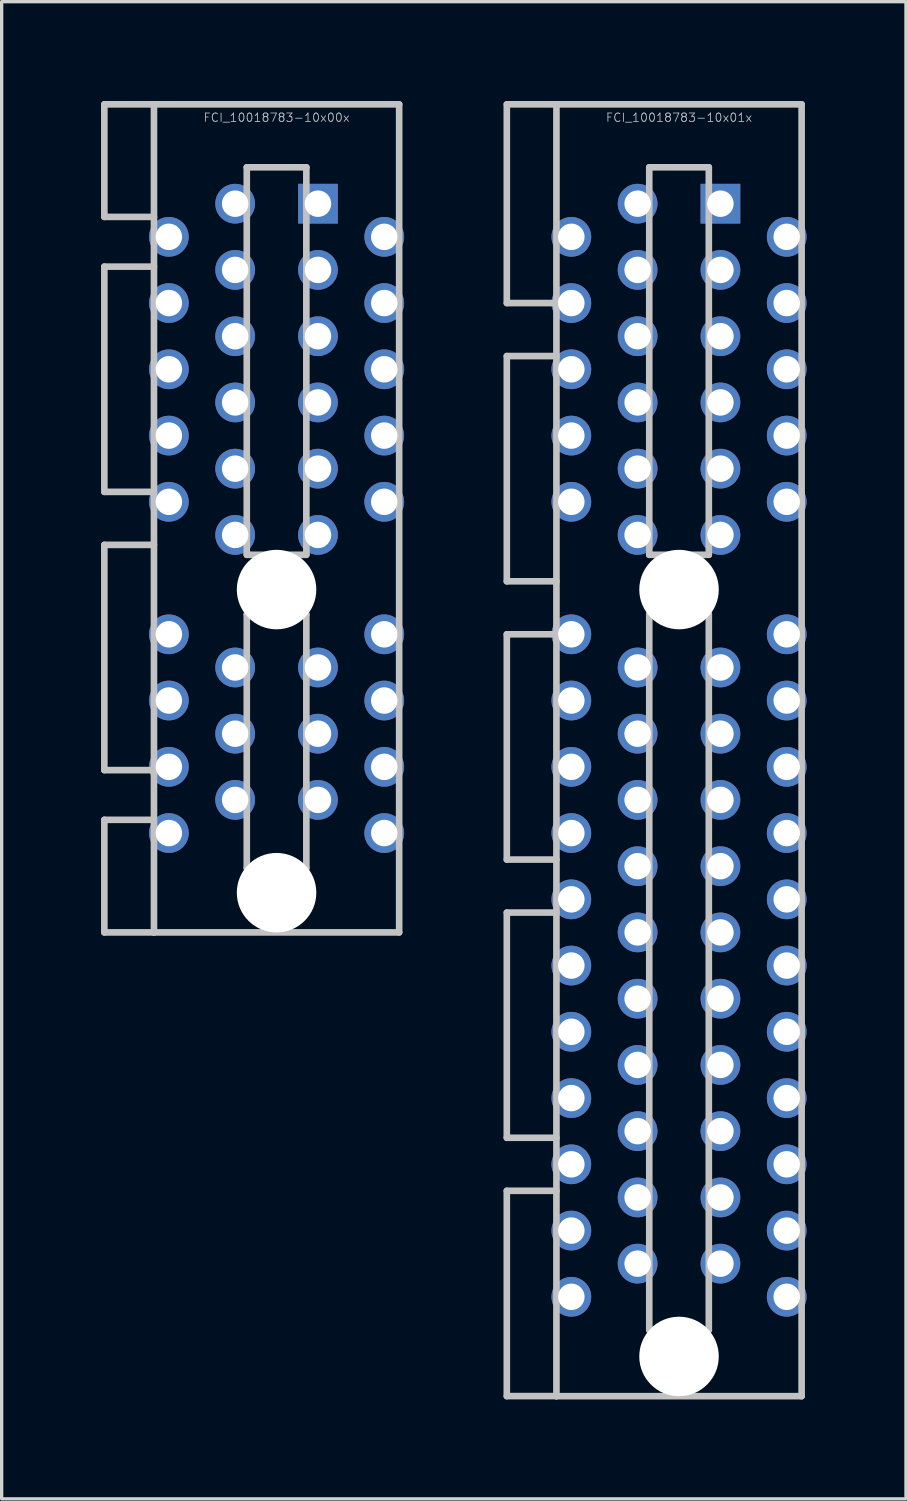
<source format=kicad_pcb>
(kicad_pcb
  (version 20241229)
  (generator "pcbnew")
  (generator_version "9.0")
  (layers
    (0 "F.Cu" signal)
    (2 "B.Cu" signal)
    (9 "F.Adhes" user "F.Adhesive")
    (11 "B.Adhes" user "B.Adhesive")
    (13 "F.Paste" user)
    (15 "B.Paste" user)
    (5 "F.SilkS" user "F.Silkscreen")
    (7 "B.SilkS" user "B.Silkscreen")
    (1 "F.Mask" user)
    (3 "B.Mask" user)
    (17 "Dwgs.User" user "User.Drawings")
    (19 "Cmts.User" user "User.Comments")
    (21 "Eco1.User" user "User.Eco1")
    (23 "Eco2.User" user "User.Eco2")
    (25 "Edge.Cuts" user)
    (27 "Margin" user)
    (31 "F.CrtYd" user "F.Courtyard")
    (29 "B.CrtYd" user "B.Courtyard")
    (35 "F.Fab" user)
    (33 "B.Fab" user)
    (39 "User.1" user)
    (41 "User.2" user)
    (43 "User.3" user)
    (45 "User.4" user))
  (footprint "FCI_10018783-10x00x"
    (layer "F.Cu")
    (at 5.299 12.599)
    (property "Reference" "FCI_10018783-10x00x" (at 0 -12.1 180) (layer "Dwgs.User") (effects (font (size 0.254 0.254) (thickness 0.025))))
    (attr through_hole)
    (fp_line (start -5.199 -12.499) (end -5.199 -9.101) (stroke (width 0.2) (type solid)) (layer "Dwgs.User"))
    (fp_line (start -5.199 -9.101) (end -3.701 -9.101) (stroke (width 0.2) (type solid)) (layer "Dwgs.User"))
    (fp_line (start -5.199 -7.6) (end -5.199 -0.8) (stroke (width 0.2) (type solid)) (layer "Dwgs.User"))
    (fp_line (start -5.199 -0.8) (end -3.701 -0.8) (stroke (width 0.2) (type solid)) (layer "Dwgs.User"))
    (fp_line (start -5.199 0.8) (end -5.199 7.6) (stroke (width 0.2) (type solid)) (layer "Dwgs.User"))
    (fp_line (start -5.199 7.6) (end -3.701 7.6) (stroke (width 0.2) (type solid)) (layer "Dwgs.User"))
    (fp_line (start -5.199 9.101) (end -5.199 12.499) (stroke (width 0.2) (type solid)) (layer "Dwgs.User"))
    (fp_line (start -5.199 12.499) (end -3.701 12.499) (stroke (width 0.2) (type solid)) (layer "Dwgs.User"))
    (fp_line (start -3.701 -12.499) (end -5.199 -12.499) (stroke (width 0.2) (type solid)) (layer "Dwgs.User"))
    (fp_line (start -3.701 -12.499) (end -3.701 12.499) (stroke (width 0.2) (type solid)) (layer "Dwgs.User"))
    (fp_line (start -3.701 -7.6) (end -5.199 -7.6) (stroke (width 0.2) (type solid)) (layer "Dwgs.User"))
    (fp_line (start -3.701 0.8) (end -5.199 0.8) (stroke (width 0.2) (type solid)) (layer "Dwgs.User"))
    (fp_line (start -3.701 9.101) (end -5.199 9.101) (stroke (width 0.2) (type solid)) (layer "Dwgs.User"))
    (fp_line (start -3.701 12.499) (end 3.701 12.499) (stroke (width 0.2) (type solid)) (layer "Dwgs.User"))
    (fp_line (start -0.899 1.1) (end -0.899 -10.599) (stroke (width 0.2) (type solid)) (layer "Dwgs.User"))
    (fp_line (start -0.899 1.1) (end 0.899 1.1) (stroke (width 0.2) (type solid)) (layer "Dwgs.User"))
    (fp_line (start -0.899 2.901) (end 0.899 2.901) (stroke (width 0.2) (type solid)) (layer "Dwgs.User"))
    (fp_line (start -0.899 10.551) (end -0.899 2.901) (stroke (width 0.2) (type solid)) (layer "Dwgs.User"))
    (fp_line (start 0.899 -10.599) (end -0.899 -10.599) (stroke (width 0.2) (type solid)) (layer "Dwgs.User"))
    (fp_line (start 0.899 1.1) (end 0.899 -10.599) (stroke (width 0.2) (type solid)) (layer "Dwgs.User"))
    (fp_line (start 0.899 2.901) (end 0.899 10.551) (stroke (width 0.2) (type solid)) (layer "Dwgs.User"))
    (fp_line (start 0.899 10.551) (end -0.899 10.551) (stroke (width 0.2) (type solid)) (layer "Dwgs.User"))
    (fp_line (start 3.701 -12.499) (end -3.701 -12.499) (stroke (width 0.2) (type solid)) (layer "Dwgs.User"))
    (fp_line (start 3.701 12.499) (end 3.701 -12.499) (stroke (width 0.2) (type solid)) (layer "Dwgs.User"))
    (pad "" np_thru_hole circle (at 0 2.149 270) (size 2.4 2.4) (drill 2.4) (layers "*.Cu" "*.Mask"))
    (pad "" np_thru_hole circle (at 0 11.3 270) (size 2.4 2.4) (drill 2.4) (layers "*.Cu" "*.Mask"))
    (pad "A1" thru_hole rect (at 1.25 -9.5) (size 1.199 1.199) (drill 0.8) (layers "*.Cu" "*.Mask"))
    (pad "A2" thru_hole circle (at 3.251 -8.499 270) (size 1.199 1.199) (drill 0.8) (layers "*.Cu" "*.Mask"))
    (pad "A3" thru_hole circle (at 1.25 -7.501 270) (size 1.199 1.199) (drill 0.8) (layers "*.Cu" "*.Mask"))
    (pad "A4" thru_hole circle (at 3.251 -6.5 270) (size 1.199 1.199) (drill 0.8) (layers "*.Cu" "*.Mask"))
    (pad "A5" thru_hole circle (at 1.25 -5.499 270) (size 1.199 1.199) (drill 0.8) (layers "*.Cu" "*.Mask"))
    (pad "A6" thru_hole circle (at 3.251 -4.501 270) (size 1.199 1.199) (drill 0.8) (layers "*.Cu" "*.Mask"))
    (pad "A7" thru_hole circle (at 1.25 -3.5 270) (size 1.199 1.199) (drill 0.8) (layers "*.Cu" "*.Mask"))
    (pad "A8" thru_hole circle (at 3.251 -2.499 270) (size 1.199 1.199) (drill 0.8) (layers "*.Cu" "*.Mask"))
    (pad "A9" thru_hole circle (at 1.25 -1.501 270) (size 1.199 1.199) (drill 0.8) (layers "*.Cu" "*.Mask"))
    (pad "A10" thru_hole circle (at 3.251 -0.5 270) (size 1.199 1.199) (drill 0.8) (layers "*.Cu" "*.Mask"))
    (pad "A11" thru_hole circle (at 1.25 0.5 270) (size 1.199 1.199) (drill 0.8) (layers "*.Cu" "*.Mask"))
    (pad "A12" thru_hole circle (at 3.251 3.5 270) (size 1.199 1.199) (drill 0.8) (layers "*.Cu" "*.Mask"))
    (pad "A13" thru_hole circle (at 1.25 4.501 270) (size 1.199 1.199) (drill 0.8) (layers "*.Cu" "*.Mask"))
    (pad "A14" thru_hole circle (at 3.251 5.499 270) (size 1.199 1.199) (drill 0.8) (layers "*.Cu" "*.Mask"))
    (pad "A15" thru_hole circle (at 1.25 6.5 270) (size 1.199 1.199) (drill 0.8) (layers "*.Cu" "*.Mask"))
    (pad "A16" thru_hole circle (at 3.251 7.501 270) (size 1.199 1.199) (drill 0.8) (layers "*.Cu" "*.Mask"))
    (pad "A17" thru_hole circle (at 1.25 8.499 270) (size 1.199 1.199) (drill 0.8) (layers "*.Cu" "*.Mask"))
    (pad "A18" thru_hole circle (at 3.251 9.5 270) (size 1.199 1.199) (drill 0.8) (layers "*.Cu" "*.Mask"))
    (pad "B1" thru_hole circle (at -1.25 -9.5 270) (size 1.199 1.199) (drill 0.8) (layers "*.Cu" "*.Mask"))
    (pad "B2" thru_hole circle (at -3.251 -8.499 270) (size 1.199 1.199) (drill 0.8) (layers "*.Cu" "*.Mask"))
    (pad "B3" thru_hole circle (at -1.25 -7.501 270) (size 1.199 1.199) (drill 0.8) (layers "*.Cu" "*.Mask"))
    (pad "B4" thru_hole circle (at -3.251 -6.5 270) (size 1.199 1.199) (drill 0.8) (layers "*.Cu" "*.Mask"))
    (pad "B5" thru_hole circle (at -1.25 -5.499 270) (size 1.199 1.199) (drill 0.8) (layers "*.Cu" "*.Mask"))
    (pad "B6" thru_hole circle (at -3.251 -4.501 270) (size 1.199 1.199) (drill 0.8) (layers "*.Cu" "*.Mask"))
    (pad "B7" thru_hole circle (at -1.25 -3.5 270) (size 1.199 1.199) (drill 0.8) (layers "*.Cu" "*.Mask"))
    (pad "B8" thru_hole circle (at -3.251 -2.499 270) (size 1.199 1.199) (drill 0.8) (layers "*.Cu" "*.Mask"))
    (pad "B9" thru_hole circle (at -1.25 -1.501 270) (size 1.199 1.199) (drill 0.8) (layers "*.Cu" "*.Mask"))
    (pad "B10" thru_hole circle (at -3.251 -0.5 270) (size 1.199 1.199) (drill 0.8) (layers "*.Cu" "*.Mask"))
    (pad "B11" thru_hole circle (at -1.25 0.5 270) (size 1.199 1.199) (drill 0.8) (layers "*.Cu" "*.Mask"))
    (pad "B12" thru_hole circle (at -3.251 3.5 270) (size 1.199 1.199) (drill 0.8) (layers "*.Cu" "*.Mask"))
    (pad "B13" thru_hole circle (at -1.25 4.501 270) (size 1.199 1.199) (drill 0.8) (layers "*.Cu" "*.Mask"))
    (pad "B14" thru_hole circle (at -3.251 5.499 270) (size 1.199 1.199) (drill 0.8) (layers "*.Cu" "*.Mask"))
    (pad "B15" thru_hole circle (at -1.25 6.5 270) (size 1.199 1.199) (drill 0.8) (layers "*.Cu" "*.Mask"))
    (pad "B16" thru_hole circle (at -3.251 7.501 270) (size 1.199 1.199) (drill 0.8) (layers "*.Cu" "*.Mask"))
    (pad "B17" thru_hole circle (at -1.25 8.499 270) (size 1.199 1.199) (drill 0.8) (layers "*.Cu" "*.Mask"))
    (pad "B18" thru_hole circle (at -3.251 9.5 270) (size 1.199 1.199) (drill 0.8) (layers "*.Cu" "*.Mask")))
  (footprint "FCI_10018783-10x01x"
    (layer "F.Cu")
    (at 17.449 12.599)
    (property "Reference" "FCI_10018783-10x01x" (at 0 -12.1 180) (layer "Dwgs.User") (effects (font (size 0.254 0.254) (thickness 0.025))))
    (attr through_hole)
    (fp_line (start -5.199 -6.5) (end -5.199 -12.499) (stroke (width 0.2) (type solid)) (layer "Dwgs.User"))
    (fp_line (start -5.199 -6.5) (end -3.701 -6.5) (stroke (width 0.2) (type solid)) (layer "Dwgs.User"))
    (fp_line (start -5.199 -4.9) (end -5.199 1.9) (stroke (width 0.2) (type solid)) (layer "Dwgs.User"))
    (fp_line (start -5.199 1.9) (end -3.701 1.9) (stroke (width 0.2) (type solid)) (layer "Dwgs.User"))
    (fp_line (start -5.199 3.5) (end -5.199 10.3) (stroke (width 0.2) (type solid)) (layer "Dwgs.User"))
    (fp_line (start -5.199 10.3) (end -3.701 10.3) (stroke (width 0.2) (type solid)) (layer "Dwgs.User"))
    (fp_line (start -5.199 11.9) (end -3.701 11.9) (stroke (width 0.2) (type solid)) (layer "Dwgs.User"))
    (fp_line (start -5.199 11.902) (end -5.199 18.702) (stroke (width 0.2) (type solid)) (layer "Dwgs.User"))
    (fp_line (start -5.199 18.699) (end -3.701 18.699) (stroke (width 0.2) (type solid)) (layer "Dwgs.User"))
    (fp_line (start -5.199 20.3) (end -3.701 20.3) (stroke (width 0.2) (type solid)) (layer "Dwgs.User"))
    (fp_line (start -5.199 26.497) (end -3.701 26.497) (stroke (width 0.2) (type solid)) (layer "Dwgs.User"))
    (fp_line (start -5.199 26.5) (end -5.199 20.3) (stroke (width 0.2) (type solid)) (layer "Dwgs.User"))
    (fp_line (start -3.701 -12.499) (end -5.199 -12.499) (stroke (width 0.2) (type solid)) (layer "Dwgs.User"))
    (fp_line (start -3.701 -4.9) (end -5.199 -4.9) (stroke (width 0.2) (type solid)) (layer "Dwgs.User"))
    (fp_line (start -3.701 3.5) (end -5.199 3.5) (stroke (width 0.2) (type solid)) (layer "Dwgs.User"))
    (fp_line (start -3.701 26.5) (end -3.701 -12.499) (stroke (width 0.2) (type solid)) (layer "Dwgs.User"))
    (fp_line (start -3.701 26.5) (end 3.701 26.5) (stroke (width 0.2) (type solid)) (layer "Dwgs.User"))
    (fp_line (start -0.899 1.1) (end -0.899 -10.599) (stroke (width 0.2) (type solid)) (layer "Dwgs.User"))
    (fp_line (start -0.899 1.1) (end 0.899 1.1) (stroke (width 0.2) (type solid)) (layer "Dwgs.User"))
    (fp_line (start -0.899 2.901) (end -0.899 24.501) (stroke (width 0.2) (type solid)) (layer "Dwgs.User"))
    (fp_line (start -0.899 2.901) (end 0.899 2.901) (stroke (width 0.2) (type solid)) (layer "Dwgs.User"))
    (fp_line (start 0.899 -10.599) (end -0.899 -10.599) (stroke (width 0.2) (type solid)) (layer "Dwgs.User"))
    (fp_line (start 0.899 -10.599) (end 0.899 1.1) (stroke (width 0.2) (type solid)) (layer "Dwgs.User"))
    (fp_line (start 0.899 24.501) (end 0.899 2.901) (stroke (width 0.2) (type solid)) (layer "Dwgs.User"))
    (fp_line (start 0.899 24.503) (end -0.899 24.503) (stroke (width 0.2) (type solid)) (layer "Dwgs.User"))
    (fp_line (start 3.701 -12.499) (end -3.701 -12.499) (stroke (width 0.2) (type solid)) (layer "Dwgs.User"))
    (fp_line (start 3.701 -12.499) (end 3.701 26.5) (stroke (width 0.2) (type solid)) (layer "Dwgs.User"))
    (pad "" np_thru_hole circle (at 0 2.149 270) (size 2.4 2.4) (drill 2.4) (layers "*.Cu" "*.Mask"))
    (pad "" np_thru_hole circle (at 0 25.301 270) (size 2.4 2.4) (drill 2.4) (layers "*.Cu" "*.Mask"))
    (pad "A1" thru_hole rect (at 1.25 -9.5) (size 1.199 1.199) (drill 0.8) (layers "*.Cu" "*.Mask"))
    (pad "A2" thru_hole circle (at 3.251 -8.499 270) (size 1.199 1.199) (drill 0.8) (layers "*.Cu" "*.Mask"))
    (pad "A3" thru_hole circle (at 1.25 -7.501 270) (size 1.199 1.199) (drill 0.8) (layers "*.Cu" "*.Mask"))
    (pad "A4" thru_hole circle (at 3.251 -6.5 270) (size 1.199 1.199) (drill 0.8) (layers "*.Cu" "*.Mask"))
    (pad "A5" thru_hole circle (at 1.25 -5.499 270) (size 1.199 1.199) (drill 0.8) (layers "*.Cu" "*.Mask"))
    (pad "A6" thru_hole circle (at 3.251 -4.501 270) (size 1.199 1.199) (drill 0.8) (layers "*.Cu" "*.Mask"))
    (pad "A7" thru_hole circle (at 1.25 -3.5 270) (size 1.199 1.199) (drill 0.8) (layers "*.Cu" "*.Mask"))
    (pad "A8" thru_hole circle (at 3.251 -2.499 270) (size 1.199 1.199) (drill 0.8) (layers "*.Cu" "*.Mask"))
    (pad "A9" thru_hole circle (at 1.25 -1.501 270) (size 1.199 1.199) (drill 0.8) (layers "*.Cu" "*.Mask"))
    (pad "A10" thru_hole circle (at 3.251 -0.5 270) (size 1.199 1.199) (drill 0.8) (layers "*.Cu" "*.Mask"))
    (pad "A11" thru_hole circle (at 1.25 0.5 270) (size 1.199 1.199) (drill 0.8) (layers "*.Cu" "*.Mask"))
    (pad "A12" thru_hole circle (at 3.251 3.5 270) (size 1.199 1.199) (drill 0.8) (layers "*.Cu" "*.Mask"))
    (pad "A13" thru_hole circle (at 1.25 4.501 270) (size 1.199 1.199) (drill 0.8) (layers "*.Cu" "*.Mask"))
    (pad "A14" thru_hole circle (at 3.251 5.499 270) (size 1.199 1.199) (drill 0.8) (layers "*.Cu" "*.Mask"))
    (pad "A15" thru_hole circle (at 1.25 6.5 270) (size 1.199 1.199) (drill 0.8) (layers "*.Cu" "*.Mask"))
    (pad "A16" thru_hole circle (at 3.251 7.501 270) (size 1.199 1.199) (drill 0.8) (layers "*.Cu" "*.Mask"))
    (pad "A17" thru_hole circle (at 1.25 8.499 270) (size 1.199 1.199) (drill 0.8) (layers "*.Cu" "*.Mask"))
    (pad "A18" thru_hole circle (at 3.251 9.5 270) (size 1.199 1.199) (drill 0.8) (layers "*.Cu" "*.Mask"))
    (pad "A19" thru_hole circle (at 1.25 10.5 270) (size 1.199 1.199) (drill 0.8) (layers "*.Cu" "*.Mask"))
    (pad "A20" thru_hole circle (at 3.251 11.501 270) (size 1.199 1.199) (drill 0.8) (layers "*.Cu" "*.Mask"))
    (pad "A21" thru_hole circle (at 1.25 12.499 270) (size 1.199 1.199) (drill 0.8) (layers "*.Cu" "*.Mask"))
    (pad "A22" thru_hole circle (at 3.251 13.5 270) (size 1.199 1.199) (drill 0.8) (layers "*.Cu" "*.Mask"))
    (pad "A23" thru_hole circle (at 1.25 14.501 270) (size 1.199 1.199) (drill 0.8) (layers "*.Cu" "*.Mask"))
    (pad "A24" thru_hole circle (at 3.251 15.499 270) (size 1.199 1.199) (drill 0.8) (layers "*.Cu" "*.Mask"))
    (pad "A25" thru_hole circle (at 1.25 16.5 270) (size 1.199 1.199) (drill 0.8) (layers "*.Cu" "*.Mask"))
    (pad "A26" thru_hole circle (at 3.251 17.501 270) (size 1.199 1.199) (drill 0.8) (layers "*.Cu" "*.Mask"))
    (pad "A27" thru_hole circle (at 1.25 18.499 270) (size 1.199 1.199) (drill 0.8) (layers "*.Cu" "*.Mask"))
    (pad "A28" thru_hole circle (at 3.251 19.5 270) (size 1.199 1.199) (drill 0.8) (layers "*.Cu" "*.Mask"))
    (pad "A29" thru_hole circle (at 1.25 20.5 270) (size 1.199 1.199) (drill 0.8) (layers "*.Cu" "*.Mask"))
    (pad "A30" thru_hole circle (at 3.251 21.501 270) (size 1.199 1.199) (drill 0.8) (layers "*.Cu" "*.Mask"))
    (pad "A31" thru_hole circle (at 1.25 22.499 270) (size 1.199 1.199) (drill 0.8) (layers "*.Cu" "*.Mask"))
    (pad "A32" thru_hole circle (at 3.251 23.5 270) (size 1.199 1.199) (drill 0.8) (layers "*.Cu" "*.Mask"))
    (pad "B1" thru_hole circle (at -1.25 -9.5 270) (size 1.199 1.199) (drill 0.8) (layers "*.Cu" "*.Mask"))
    (pad "B2" thru_hole circle (at -3.251 -8.499 270) (size 1.199 1.199) (drill 0.8) (layers "*.Cu" "*.Mask"))
    (pad "B3" thru_hole circle (at -1.25 -7.501 270) (size 1.199 1.199) (drill 0.8) (layers "*.Cu" "*.Mask"))
    (pad "B4" thru_hole circle (at -3.251 -6.5 270) (size 1.199 1.199) (drill 0.8) (layers "*.Cu" "*.Mask"))
    (pad "B5" thru_hole circle (at -1.25 -5.499 270) (size 1.199 1.199) (drill 0.8) (layers "*.Cu" "*.Mask"))
    (pad "B6" thru_hole circle (at -3.251 -4.501 270) (size 1.199 1.199) (drill 0.8) (layers "*.Cu" "*.Mask"))
    (pad "B7" thru_hole circle (at -1.25 -3.5 270) (size 1.199 1.199) (drill 0.8) (layers "*.Cu" "*.Mask"))
    (pad "B8" thru_hole circle (at -3.251 -2.499 270) (size 1.199 1.199) (drill 0.8) (layers "*.Cu" "*.Mask"))
    (pad "B9" thru_hole circle (at -1.25 -1.501 270) (size 1.199 1.199) (drill 0.8) (layers "*.Cu" "*.Mask"))
    (pad "B10" thru_hole circle (at -3.251 -0.5 270) (size 1.199 1.199) (drill 0.8) (layers "*.Cu" "*.Mask"))
    (pad "B11" thru_hole circle (at -1.25 0.5 270) (size 1.199 1.199) (drill 0.8) (layers "*.Cu" "*.Mask"))
    (pad "B12" thru_hole circle (at -3.251 3.5 270) (size 1.199 1.199) (drill 0.8) (layers "*.Cu" "*.Mask"))
    (pad "B13" thru_hole circle (at -1.25 4.501 270) (size 1.199 1.199) (drill 0.8) (layers "*.Cu" "*.Mask"))
    (pad "B14" thru_hole circle (at -3.251 5.499 270) (size 1.199 1.199) (drill 0.8) (layers "*.Cu" "*.Mask"))
    (pad "B15" thru_hole circle (at -1.25 6.5 270) (size 1.199 1.199) (drill 0.8) (layers "*.Cu" "*.Mask"))
    (pad "B16" thru_hole circle (at -3.251 7.501 270) (size 1.199 1.199) (drill 0.8) (layers "*.Cu" "*.Mask"))
    (pad "B17" thru_hole circle (at -1.25 8.499 270) (size 1.199 1.199) (drill 0.8) (layers "*.Cu" "*.Mask"))
    (pad "B18" thru_hole circle (at -3.251 9.5 270) (size 1.199 1.199) (drill 0.8) (layers "*.Cu" "*.Mask"))
    (pad "B19" thru_hole circle (at -1.25 10.5 270) (size 1.199 1.199) (drill 0.8) (layers "*.Cu" "*.Mask"))
    (pad "B20" thru_hole circle (at -3.251 11.501 270) (size 1.199 1.199) (drill 0.8) (layers "*.Cu" "*.Mask"))
    (pad "B21" thru_hole circle (at -1.25 12.499 270) (size 1.199 1.199) (drill 0.8) (layers "*.Cu" "*.Mask"))
    (pad "B22" thru_hole circle (at -3.251 13.5 270) (size 1.199 1.199) (drill 0.8) (layers "*.Cu" "*.Mask"))
    (pad "B23" thru_hole circle (at -1.25 14.501 270) (size 1.199 1.199) (drill 0.8) (layers "*.Cu" "*.Mask"))
    (pad "B24" thru_hole circle (at -3.251 15.499 270) (size 1.199 1.199) (drill 0.8) (layers "*.Cu" "*.Mask"))
    (pad "B25" thru_hole circle (at -1.25 16.5 270) (size 1.199 1.199) (drill 0.8) (layers "*.Cu" "*.Mask"))
    (pad "B26" thru_hole circle (at -3.251 17.501 270) (size 1.199 1.199) (drill 0.8) (layers "*.Cu" "*.Mask"))
    (pad "B27" thru_hole circle (at -1.25 18.499 270) (size 1.199 1.199) (drill 0.8) (layers "*.Cu" "*.Mask"))
    (pad "B28" thru_hole circle (at -3.251 19.5 270) (size 1.199 1.199) (drill 0.8) (layers "*.Cu" "*.Mask"))
    (pad "B29" thru_hole circle (at -1.25 20.5 270) (size 1.199 1.199) (drill 0.8) (layers "*.Cu" "*.Mask"))
    (pad "B30" thru_hole circle (at -3.251 21.501 270) (size 1.199 1.199) (drill 0.8) (layers "*.Cu" "*.Mask"))
    (pad "B31" thru_hole circle (at -1.25 22.499 270) (size 1.199 1.199) (drill 0.8) (layers "*.Cu" "*.Mask"))
    (pad "B32" thru_hole circle (at -3.251 23.5 270) (size 1.199 1.199) (drill 0.8) (layers "*.Cu" "*.Mask")))
  (gr_rect
    (start -3 -3)
    (end 24.3 42.199)
    (stroke (width 0.1) (type default))
    (fill no)
    (layer "Edge.Cuts")))
</source>
